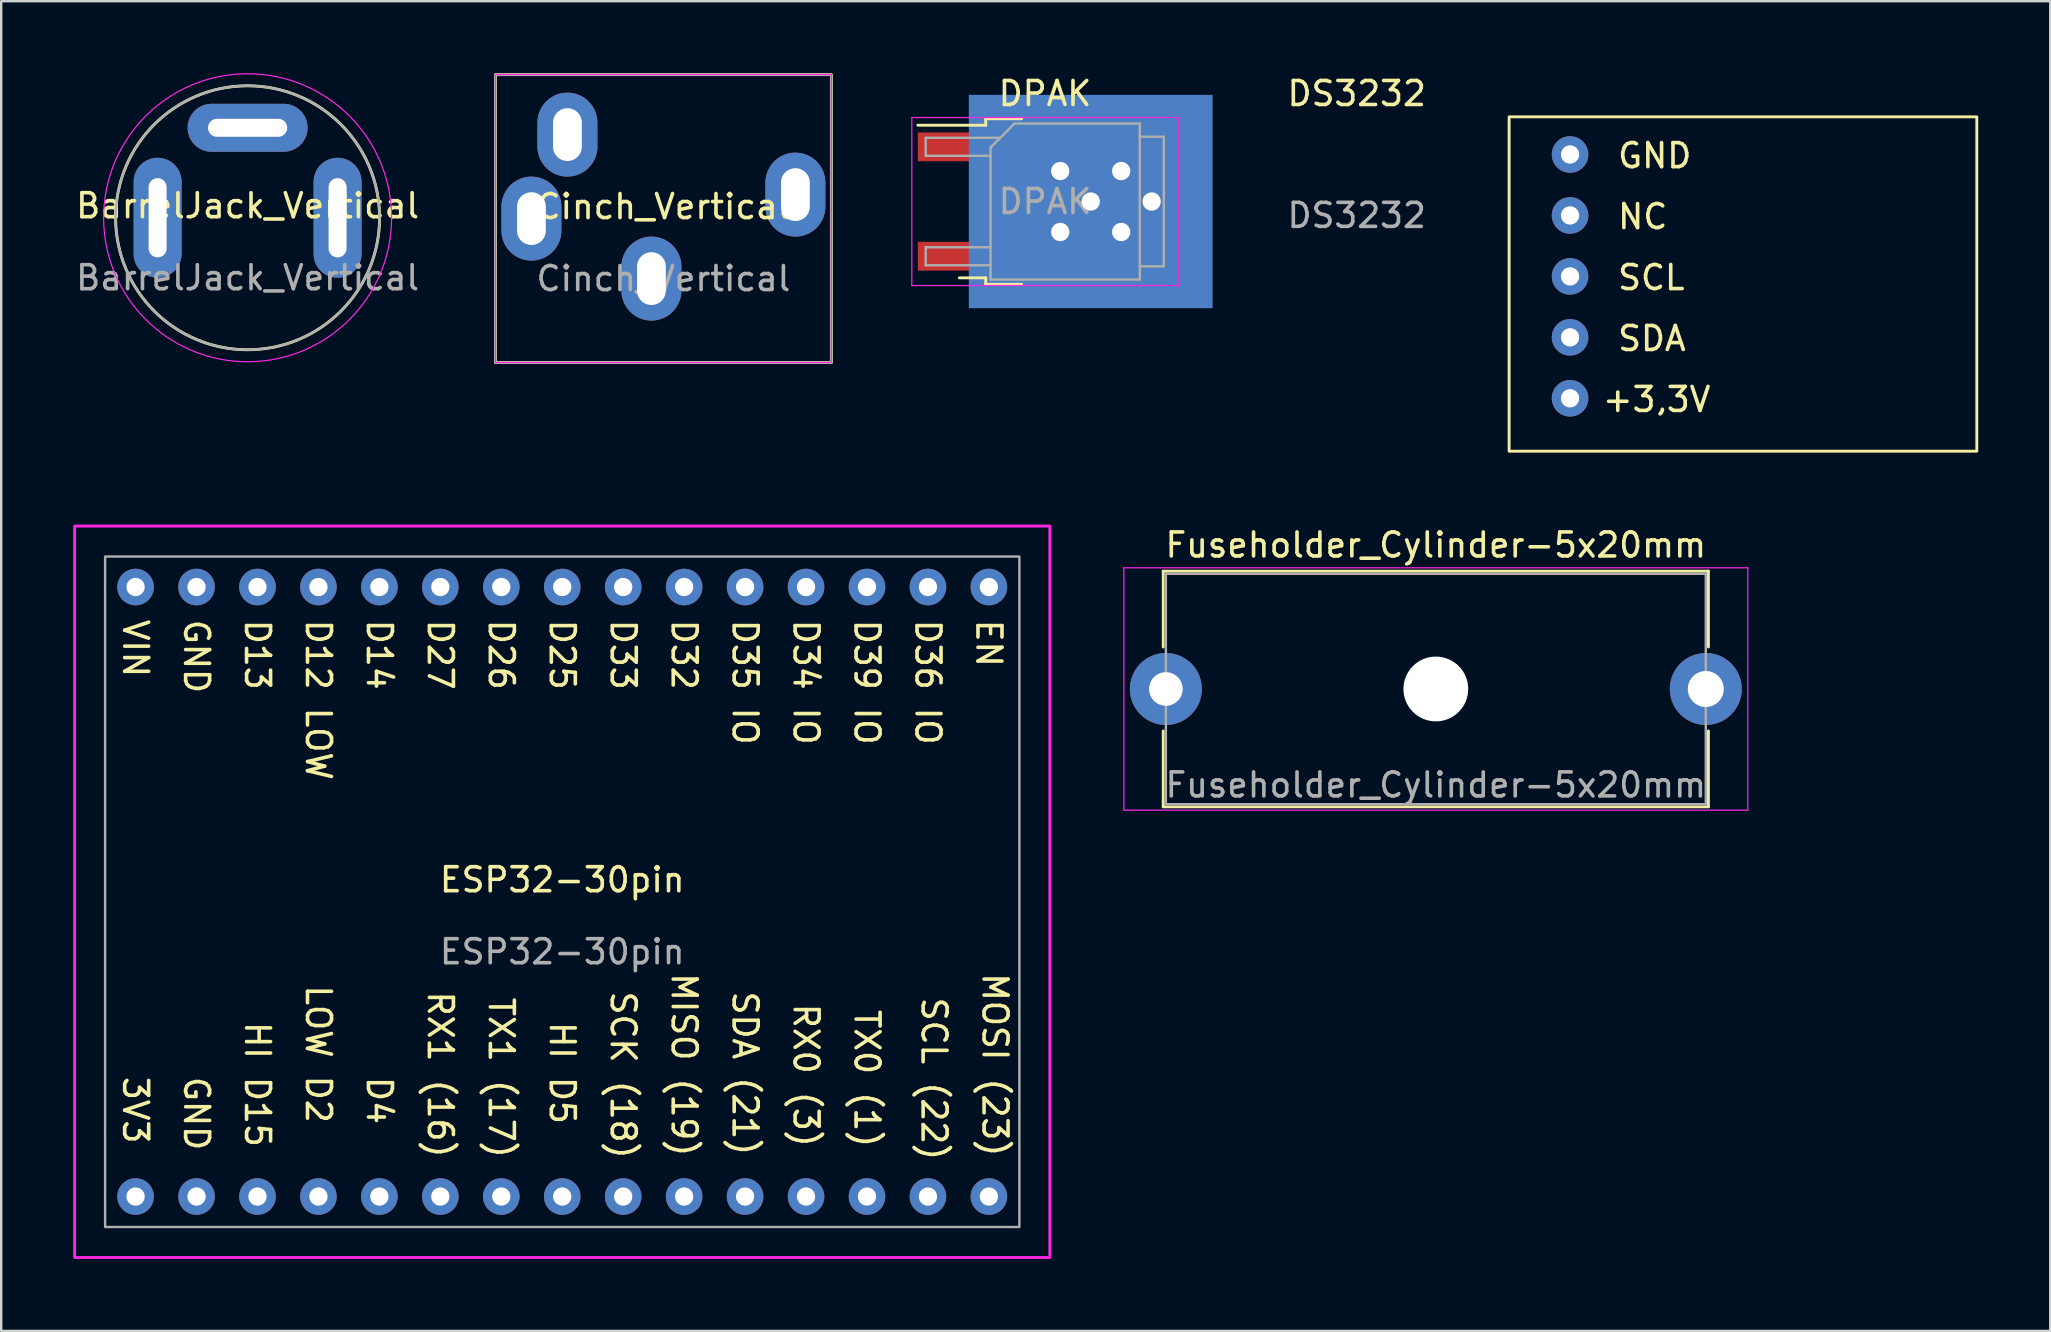
<source format=kicad_pcb>
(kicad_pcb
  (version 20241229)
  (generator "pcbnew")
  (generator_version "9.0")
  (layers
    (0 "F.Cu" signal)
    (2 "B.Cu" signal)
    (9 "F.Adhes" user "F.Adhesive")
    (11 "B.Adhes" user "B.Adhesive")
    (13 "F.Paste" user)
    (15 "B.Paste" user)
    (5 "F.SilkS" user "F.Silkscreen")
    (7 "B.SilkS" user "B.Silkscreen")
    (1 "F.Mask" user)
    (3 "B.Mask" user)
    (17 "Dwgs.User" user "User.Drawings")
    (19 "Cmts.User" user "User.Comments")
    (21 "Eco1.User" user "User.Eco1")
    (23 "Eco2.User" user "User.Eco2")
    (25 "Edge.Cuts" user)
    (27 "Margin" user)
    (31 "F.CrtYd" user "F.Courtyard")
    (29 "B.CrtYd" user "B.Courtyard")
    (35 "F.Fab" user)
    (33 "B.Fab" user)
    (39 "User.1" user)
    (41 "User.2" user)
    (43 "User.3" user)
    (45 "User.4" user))
  (footprint "BarrelJack_Vertical"
    (layer "F.Cu")
    (at 7.268 6.025)
    (property "Reference" "BarrelJack_Vertical" (at 0 -0.5 0) (unlocked yes) (layer "F.SilkS") (effects (font (size 1 1) (thickness 0.15))))
    (attr through_hole)
    (fp_circle (center 0 0) (end 5.5 0) (stroke (width 0.12) (type solid)) (fill no) (layer "F.SilkS"))
    (fp_circle (center 0 0) (end -6 0) (stroke (width 0.05) (type solid)) (fill no) (layer "F.CrtYd"))
    (fp_circle (center 0 0) (end 5.5 0) (stroke (width 0.1) (type solid)) (fill no) (layer "F.Fab"))
    (fp_text user "${REFERENCE}" (at 0 2.5 0) (unlocked yes) (layer "F.Fab") (effects (font (size 1 1) (thickness 0.15))))
    (pad "1" thru_hole oval (at 3.75 0 90) (size 5 2) (drill oval 3.3 0.75) (layers "*.Cu" "*.Mask"))
    (pad "2" thru_hole oval (at 0 -3.75) (size 5 2) (drill oval 3.3 0.75) (layers "*.Cu" "*.Mask"))
    (pad "MP" thru_hole oval (at -3.75 0 90) (size 5 2) (drill oval 3.3 0.75) (layers "*.Cu" "*.Mask"))
    (zone (net_name "") (layer "F.Cu") (hatch edge 0.508) (connect_pads) (min_thickness 0.254) (filled_areas_thickness no) (keepout (tracks not_allowed) (vias not_allowed) (pads not_allowed) (copperpour not_allowed) (footprints allowed)) (placement (enabled no)) (fill) (polygon (pts (xy 9.768 8.525) (xy 4.768 8.525) (xy 4.768 3.525) (xy 9.768 3.525)))))
  (footprint "Cinch_Vertical"
    (layer "F.Cu")
    (at 24.596 6.06)
    (property "Reference" "Cinch_Vertical" (at 0 -0.5 0) (unlocked yes) (layer "F.SilkS") (effects (font (size 1 1) (thickness 0.15))))
    (attr through_hole)
    (fp_rect (start -7 -6) (end 7 6) (stroke (width 0.12) (type solid)) (fill no) (layer "F.SilkS"))
    (fp_rect (start -7 -6) (end 7 6) (stroke (width 0.05) (type solid)) (fill no) (layer "F.CrtYd"))
    (fp_rect (start -7 -6) (end 7 6) (stroke (width 0.1) (type solid)) (fill no) (layer "F.Fab"))
    (fp_text user "${REFERENCE}" (at 0 2.5 0) (unlocked yes) (layer "F.Fab") (effects (font (size 1 1) (thickness 0.15))))
    (pad "1" thru_hole oval (at -5.5 0) (size 2.5 3.5) (drill oval 1.2 2.2) (layers "*.Cu" "*.Mask"))
    (pad "1" thru_hole oval (at 5.5 -1) (size 2.5 3.5) (drill oval 1.2 2.2) (layers "*.Cu" "*.Mask"))
    (pad "2" thru_hole oval (at -4 -3.5) (size 2.5 3.5) (drill oval 1.2 2.2) (layers "*.Cu" "*.Mask"))
    (pad "2" thru_hole oval (at -0.5 2.5) (size 2.5 3.5) (drill oval 1.2 2.2) (layers "*.Cu" "*.Mask")))
  (footprint "ESP32-30pin"
    (layer "F.Cu")
    (at 20.38 34.113)
    (property "Reference" "ESP32-30pin" (at 0 -0.5 0) (unlocked yes) (layer "F.SilkS") (effects (font (size 1 1) (thickness 0.15))))
    (attr through_hole)
    (fp_rect (start -20.32 -15.24) (end 20.32 15.24) (stroke (width 0.12) (type solid)) (fill no) (layer "F.CrtYd"))
    (fp_rect (start -19.05 -13.97) (end 19.05 13.97) (stroke (width 0.1) (type solid)) (fill no) (layer "F.Fab"))
    (fp_text user "D26" (at -2.54 -11.43 270) (unlocked yes) (layer "F.SilkS") (effects (font (size 1 1) (thickness 0.15)) (justify left)))
    (fp_text user "D35 IO" (at 7.62 -11.43 270) (unlocked yes) (layer "F.SilkS") (effects (font (size 1 1) (thickness 0.15)) (justify left)))
    (fp_text user "D12 LOW" (at -10.16 -11.43 270) (unlocked yes) (layer "F.SilkS") (effects (font (size 1 1) (thickness 0.15)) (justify left)))
    (fp_text user "VIN" (at -17.78 -11.43 270) (unlocked yes) (layer "F.SilkS") (effects (font (size 1 1) (thickness 0.15)) (justify left)))
    (fp_text user "D14" (at -7.62 -11.43 270) (unlocked yes) (layer "F.SilkS") (effects (font (size 1 1) (thickness 0.15)) (justify left)))
    (fp_text user "D32" (at 5.08 -11.43 270) (unlocked yes) (layer "F.SilkS") (effects (font (size 1 1) (thickness 0.15)) (justify left)))
    (fp_text user "SCL (22)" (at 15.494 4.318 270) (unlocked yes) (layer "F.SilkS") (effects (font (size 1 1) (thickness 0.15)) (justify left)))
    (fp_text user "D33" (at 2.54 -11.43 270) (unlocked yes) (layer "F.SilkS") (effects (font (size 1 1) (thickness 0.15)) (justify left)))
    (fp_text user "GND" (at -15.24 -11.43 270) (unlocked yes) (layer "F.SilkS") (effects (font (size 1 1) (thickness 0.15)) (justify left)))
    (fp_text user "D34 IO" (at 10.16 -11.43 270) (unlocked yes) (layer "F.SilkS") (effects (font (size 1 1) (thickness 0.15)) (justify left)))
    (fp_text user "RX0 (3)" (at 10.16 4.572 270) (unlocked yes) (layer "F.SilkS") (effects (font (size 1 1) (thickness 0.15)) (justify left)))
    (fp_text user "TX0 (1)" (at 12.7 4.826 270) (unlocked yes) (layer "F.SilkS") (effects (font (size 1 1) (thickness 0.15)) (justify left)))
    (fp_text user "D13" (at -12.7 -11.43 270) (unlocked yes) (layer "F.SilkS") (effects (font (size 1 1) (thickness 0.15)) (justify left)))
    (fp_text user "TX1 (17)" (at -2.54 4.318 270) (unlocked yes) (layer "F.SilkS") (effects (font (size 1 1) (thickness 0.15)) (justify left)))
    (fp_text user "HI D5" (at 0 5.334 270) (unlocked yes) (layer "F.SilkS") (effects (font (size 1 1) (thickness 0.15)) (justify left)))
    (fp_text user "3V3" (at -17.78 7.62 270) (unlocked yes) (layer "F.SilkS") (effects (font (size 1 1) (thickness 0.15)) (justify left)))
    (fp_text user "LOW D2" (at -10.16 3.81 270) (unlocked yes) (layer "F.SilkS") (effects (font (size 1 1) (thickness 0.15)) (justify left)))
    (fp_text user "D4" (at -7.62 7.62 270) (unlocked yes) (layer "F.SilkS") (effects (font (size 1 1) (thickness 0.15)) (justify left)))
    (fp_text user "MOSI (23)" (at 18.034 3.302 270) (unlocked yes) (layer "F.SilkS") (effects (font (size 1 1) (thickness 0.15)) (justify left)))
    (fp_text user "HI D15" (at -12.7 5.334 270) (unlocked yes) (layer "F.SilkS") (effects (font (size 1 1) (thickness 0.15)) (justify left)))
    (fp_text user "D27" (at -5.08 -11.43 270) (unlocked yes) (layer "F.SilkS") (effects (font (size 1 1) (thickness 0.15)) (justify left)))
    (fp_text user "GND" (at -15.24 7.62 270) (unlocked yes) (layer "F.SilkS") (effects (font (size 1 1) (thickness 0.15)) (justify left)))
    (fp_text user "MISO (19)" (at 5.08 3.302 270) (unlocked yes) (layer "F.SilkS") (effects (font (size 1 1) (thickness 0.15)) (justify left)))
    (fp_text user "SCK (18)" (at 2.54 4.064 270) (unlocked yes) (layer "F.SilkS") (effects (font (size 1 1) (thickness 0.15)) (justify left)))
    (fp_text user "D39 IO" (at 12.7 -11.43 270) (unlocked yes) (layer "F.SilkS") (effects (font (size 1 1) (thickness 0.15)) (justify left)))
    (fp_text user "RX1 (16)" (at -5.08 4.064 270) (unlocked yes) (layer "F.SilkS") (effects (font (size 1 1) (thickness 0.15)) (justify left)))
    (fp_text user "EN" (at 17.78 -11.43 270) (unlocked yes) (layer "F.SilkS") (effects (font (size 1 1) (thickness 0.15)) (justify left)))
    (fp_text user "SDA (21)" (at 7.62 4.064 270) (unlocked yes) (layer "F.SilkS") (effects (font (size 1 1) (thickness 0.15)) (justify left)))
    (fp_text user "D36 IO" (at 15.24 -11.43 270) (unlocked yes) (layer "F.SilkS") (effects (font (size 1 1) (thickness 0.15)) (justify left)))
    (fp_text user "D25" (at 0 -11.43 270) (unlocked yes) (layer "F.SilkS") (effects (font (size 1 1) (thickness 0.15)) (justify left)))
    (fp_text user "${REFERENCE}" (at 0 2.5 0) (unlocked yes) (layer "F.Fab") (effects (font (size 1 1) (thickness 0.15))))
    (pad "1" thru_hole circle (at -17.78 -12.7) (size 1.524 1.524) (drill 0.762) (layers "*.Cu" "*.Mask"))
    (pad "2" thru_hole circle (at -15.24 -12.7) (size 1.524 1.524) (drill 0.762) (layers "*.Cu" "*.Mask"))
    (pad "3" thru_hole circle (at -12.7 -12.7) (size 1.524 1.524) (drill 0.762) (layers "*.Cu" "*.Mask"))
    (pad "4" thru_hole circle (at -10.16 -12.7) (size 1.524 1.524) (drill 0.762) (layers "*.Cu" "*.Mask"))
    (pad "5" thru_hole circle (at -7.62 -12.7) (size 1.524 1.524) (drill 0.762) (layers "*.Cu" "*.Mask"))
    (pad "6" thru_hole circle (at -5.08 -12.7) (size 1.524 1.524) (drill 0.762) (layers "*.Cu" "*.Mask"))
    (pad "7" thru_hole circle (at -2.54 -12.7) (size 1.524 1.524) (drill 0.762) (layers "*.Cu" "*.Mask"))
    (pad "8" thru_hole circle (at 0 -12.7) (size 1.524 1.524) (drill 0.762) (layers "*.Cu" "*.Mask"))
    (pad "9" thru_hole circle (at 2.54 -12.7) (size 1.524 1.524) (drill 0.762) (layers "*.Cu" "*.Mask"))
    (pad "10" thru_hole circle (at 5.08 -12.7) (size 1.524 1.524) (drill 0.762) (layers "*.Cu" "*.Mask"))
    (pad "11" thru_hole circle (at 7.62 -12.7) (size 1.524 1.524) (drill 0.762) (layers "*.Cu" "*.Mask"))
    (pad "12" thru_hole circle (at 10.16 -12.7) (size 1.524 1.524) (drill 0.762) (layers "*.Cu" "*.Mask"))
    (pad "13" thru_hole circle (at 12.7 -12.7) (size 1.524 1.524) (drill 0.762) (layers "*.Cu" "*.Mask"))
    (pad "14" thru_hole circle (at 15.24 -12.7) (size 1.524 1.524) (drill 0.762) (layers "*.Cu" "*.Mask"))
    (pad "15" thru_hole circle (at 17.78 -12.7) (size 1.524 1.524) (drill 0.762) (layers "*.Cu" "*.Mask"))
    (pad "16" thru_hole circle (at -17.78 12.7) (size 1.524 1.524) (drill 0.762) (layers "*.Cu" "*.Mask"))
    (pad "17" thru_hole circle (at -15.24 12.7) (size 1.524 1.524) (drill 0.762) (layers "*.Cu" "*.Mask"))
    (pad "18" thru_hole circle (at -12.7 12.7) (size 1.524 1.524) (drill 0.762) (layers "*.Cu" "*.Mask"))
    (pad "19" thru_hole circle (at -10.16 12.7) (size 1.524 1.524) (drill 0.762) (layers "*.Cu" "*.Mask"))
    (pad "20" thru_hole circle (at -7.62 12.7) (size 1.524 1.524) (drill 0.762) (layers "*.Cu" "*.Mask"))
    (pad "21" thru_hole circle (at -5.08 12.7) (size 1.524 1.524) (drill 0.762) (layers "*.Cu" "*.Mask"))
    (pad "22" thru_hole circle (at -2.54 12.7) (size 1.524 1.524) (drill 0.762) (layers "*.Cu" "*.Mask"))
    (pad "23" thru_hole circle (at 0 12.7) (size 1.524 1.524) (drill 0.762) (layers "*.Cu" "*.Mask"))
    (pad "24" thru_hole circle (at 2.54 12.7) (size 1.524 1.524) (drill 0.762) (layers "*.Cu" "*.Mask"))
    (pad "25" thru_hole circle (at 5.08 12.7) (size 1.524 1.524) (drill 0.762) (layers "*.Cu" "*.Mask"))
    (pad "26" thru_hole circle (at 7.62 12.7) (size 1.524 1.524) (drill 0.762) (layers "*.Cu" "*.Mask"))
    (pad "27" thru_hole circle (at 10.16 12.7) (size 1.524 1.524) (drill 0.762) (layers "*.Cu" "*.Mask"))
    (pad "28" thru_hole circle (at 12.7 12.7) (size 1.524 1.524) (drill 0.762) (layers "*.Cu" "*.Mask"))
    (pad "29" thru_hole circle (at 15.24 12.7) (size 1.524 1.524) (drill 0.762) (layers "*.Cu" "*.Mask"))
    (pad "30" thru_hole circle (at 17.78 12.7) (size 1.524 1.524) (drill 0.762) (layers "*.Cu" "*.Mask")))
  (footprint "DS3232"
    (layer "F.Cu")
    (at 61.109 8.468)
    (property "Reference" "DS3232" (at -7.62 -7.62 0) (unlocked yes) (layer "F.SilkS") (effects (font (size 1 1) (thickness 0.15))))
    (attr through_hole)
    (fp_rect (start -1.27 -6.65) (end 18.22 7.285) (stroke (width 0.12) (type solid)) (fill no) (layer "F.SilkS"))
    (fp_text user "GND" (at 3.175 -4.445 0) (unlocked yes) (layer "F.SilkS") (effects (font (size 1 1) (thickness 0.15)) (justify left bottom)))
    (fp_text user "NC" (at 3.175 -1.905 0) (unlocked yes) (layer "F.SilkS") (effects (font (size 1 1) (thickness 0.15)) (justify left bottom)))
    (fp_text user "+3,3V" (at 2.54 5.715 0) (unlocked yes) (layer "F.SilkS") (effects (font (size 1 1) (thickness 0.15)) (justify left bottom)))
    (fp_text user "SDA" (at 3.175 3.175 0) (unlocked yes) (layer "F.SilkS") (effects (font (size 1 1) (thickness 0.15)) (justify left bottom)))
    (fp_text user "SCL" (at 3.175 0.635 0) (unlocked yes) (layer "F.SilkS") (effects (font (size 1 1) (thickness 0.15)) (justify left bottom)))
    (fp_text user "${REFERENCE}" (at -7.62 -2.54 0) (unlocked yes) (layer "F.Fab") (effects (font (size 1 1) (thickness 0.15))))
    (pad "1" thru_hole circle (at 1.27 5.08) (size 1.524 1.524) (drill 0.762) (layers "*.Cu" "*.Mask"))
    (pad "2" thru_hole circle (at 1.27 2.54) (size 1.524 1.524) (drill 0.762) (layers "*.Cu" "*.Mask"))
    (pad "3" thru_hole circle (at 1.27 0) (size 1.524 1.524) (drill 0.762) (layers "*.Cu" "*.Mask"))
    (pad "4" thru_hole circle (at 1.27 -2.54) (size 1.524 1.524) (drill 0.762) (layers "*.Cu" "*.Mask"))
    (pad "5" thru_hole circle (at 1.27 -5.08) (size 1.524 1.524) (drill 0.762) (layers "*.Cu" "*.Mask")))
  (footprint "DPAK"
    (layer "F.Cu")
    (at 40.498 5.348)
    (property "Reference" "DPAK" (at 0 -4.5 0) (layer "F.SilkS") (effects (font (size 1 1) (thickness 0.15))))
    (attr smd)
    (fp_line (start -2.47 -3.45) (end -2.47 -3.18) (stroke (width 0.12) (type solid)) (layer "F.SilkS"))
    (fp_line (start -2.47 -3.18) (end -5.3 -3.18) (stroke (width 0.12) (type solid)) (layer "F.SilkS"))
    (fp_line (start -2.47 3.18) (end -3.57 3.18) (stroke (width 0.12) (type solid)) (layer "F.SilkS"))
    (fp_line (start -2.47 3.45) (end -2.47 3.18) (stroke (width 0.12) (type solid)) (layer "F.SilkS"))
    (fp_line (start -0.97 -3.45) (end -2.47 -3.45) (stroke (width 0.12) (type solid)) (layer "F.SilkS"))
    (fp_line (start -0.97 3.45) (end -2.47 3.45) (stroke (width 0.12) (type solid)) (layer "F.SilkS"))
    (fp_line (start -5.55 -3.5) (end -5.55 3.5) (stroke (width 0.05) (type solid)) (layer "F.CrtYd"))
    (fp_line (start -5.55 3.5) (end 5.55 3.5) (stroke (width 0.05) (type solid)) (layer "F.CrtYd"))
    (fp_line (start 5.55 -3.5) (end -5.55 -3.5) (stroke (width 0.05) (type solid)) (layer "F.CrtYd"))
    (fp_line (start 5.55 3.5) (end 5.55 -3.5) (stroke (width 0.05) (type solid)) (layer "F.CrtYd"))
    (fp_line (start -4.97 -2.655) (end -4.97 -1.905) (stroke (width 0.1) (type solid)) (layer "F.Fab"))
    (fp_line (start -4.97 -1.905) (end -2.27 -1.905) (stroke (width 0.1) (type solid)) (layer "F.Fab"))
    (fp_line (start -4.97 1.905) (end -4.97 2.655) (stroke (width 0.1) (type solid)) (layer "F.Fab"))
    (fp_line (start -4.97 2.655) (end -2.27 2.655) (stroke (width 0.1) (type solid)) (layer "F.Fab"))
    (fp_line (start -2.27 -2.25) (end -1.27 -3.25) (stroke (width 0.1) (type solid)) (layer "F.Fab"))
    (fp_line (start -2.27 1.905) (end -4.97 1.905) (stroke (width 0.1) (type solid)) (layer "F.Fab"))
    (fp_line (start -2.27 3.25) (end -2.27 -2.25) (stroke (width 0.1) (type solid)) (layer "F.Fab"))
    (fp_line (start -1.865 -2.655) (end -4.97 -2.655) (stroke (width 0.1) (type solid)) (layer "F.Fab"))
    (fp_line (start -1.27 -3.25) (end 3.95 -3.25) (stroke (width 0.1) (type solid)) (layer "F.Fab"))
    (fp_line (start 3.95 -3.25) (end 3.95 3.25) (stroke (width 0.1) (type solid)) (layer "F.Fab"))
    (fp_line (start 3.95 -2.7) (end 4.95 -2.7) (stroke (width 0.1) (type solid)) (layer "F.Fab"))
    (fp_line (start 3.95 3.25) (end -2.27 3.25) (stroke (width 0.1) (type solid)) (layer "F.Fab"))
    (fp_line (start 4.95 -2.7) (end 4.95 2.7) (stroke (width 0.1) (type solid)) (layer "F.Fab"))
    (fp_line (start 4.95 2.7) (end 3.95 2.7) (stroke (width 0.1) (type solid)) (layer "F.Fab"))
    (fp_text user "${REFERENCE}" (at 0 0 0) (layer "F.Fab") (effects (font (size 1 1) (thickness 0.15))))
    (pad "" smd rect (at 0.425 -1.525) (size 3.05 2.75) (layers "F.Paste"))
    (pad "" smd rect (at 0.425 1.525) (size 3.05 2.75) (layers "F.Paste"))
    (pad "" smd rect (at 3.775 -1.525) (size 3.05 2.75) (layers "F.Paste"))
    (pad "" smd rect (at 3.775 1.525) (size 3.05 2.75) (layers "F.Paste"))
    (pad "1" smd rect (at -4.2 -2.28) (size 2.2 1.2) (layers "F.Cu" "F.Mask" "F.Paste"))
    (pad "2" thru_hole circle (at 0.635 -1.27) (size 1.524 1.524) (drill 0.762) (layers "*.Cu" "*.Mask"))
    (pad "2" thru_hole circle (at 0.635 1.27) (size 1.524 1.524) (drill 0.762) (layers "*.Cu" "*.Mask"))
    (pad "2" thru_hole circle (at 1.905 0) (size 1.524 1.524) (drill 0.762) (layers "*.Cu" "*.Mask"))
    (pad "2" smd rect (at 1.905 0) (size 10.16 8.89) (layers "B.Cu" "B.Mask"))
    (pad "2" smd rect (at 2.1 0) (size 6.4 5.8) (layers "F.Cu" "F.Mask"))
    (pad "2" thru_hole circle (at 3.175 -1.27) (size 1.524 1.524) (drill 0.762) (layers "*.Cu" "*.Mask"))
    (pad "2" thru_hole circle (at 3.175 1.27) (size 1.524 1.524) (drill 0.762) (layers "*.Cu" "*.Mask"))
    (pad "2" thru_hole circle (at 4.445 0) (size 1.524 1.524) (drill 0.762) (layers "*.Cu" "*.Mask"))
    (pad "3" smd rect (at -4.2 2.28) (size 2.2 1.2) (layers "F.Cu" "F.Mask" "F.Paste"))
    (zone (net_name "") (layer "F.Cu") (hatch edge 0.508) (connect_pads) (min_thickness 0.254) (filled_areas_thickness no) (keepout (tracks allowed) (vias allowed) (pads allowed) (copperpour not_allowed) (footprints allowed)) (placement (enabled no)) (fill) (polygon (pts (xy 39.228 8.396) (xy 37.704 8.396) (xy 37.704 6.872) (xy 34.656 6.872) (xy 34.656 3.824) (xy 37.704 3.824) (xy 37.704 2.3) (xy 39.228 2.3)))))
  (footprint "Fuseholder_Cylinder-5x20mm"
    (layer "F.Cu")
    (at 45.535 25.662)
    (property "Reference" "Fuseholder_Cylinder-5x20mm" (at 11.25 -6 0) (layer "F.SilkS") (effects (font (size 1 1) (thickness 0.15))))
    (attr through_hole)
    (fp_line (start -0.11 -4.91) (end 22.61 -4.91) (stroke (width 0.12) (type solid)) (layer "F.SilkS"))
    (fp_line (start -0.11 -1.75) (end -0.11 -4.91) (stroke (width 0.12) (type solid)) (layer "F.SilkS"))
    (fp_line (start -0.11 4.91) (end -0.11 1.75) (stroke (width 0.12) (type solid)) (layer "F.SilkS"))
    (fp_line (start -0.11 4.91) (end 22.61 4.91) (stroke (width 0.12) (type solid)) (layer "F.SilkS"))
    (fp_line (start 22.61 -1.75) (end 22.61 -4.91) (stroke (width 0.12) (type solid)) (layer "F.SilkS"))
    (fp_line (start 22.61 4.91) (end 22.61 1.75) (stroke (width 0.12) (type solid)) (layer "F.SilkS"))
    (fp_line (start -1.75 -5.05) (end 24.25 -5.05) (stroke (width 0.05) (type solid)) (layer "F.CrtYd"))
    (fp_line (start -1.75 5.05) (end -1.75 -5.05) (stroke (width 0.05) (type solid)) (layer "F.CrtYd"))
    (fp_line (start 24.25 -5.05) (end 24.25 5.05) (stroke (width 0.05) (type solid)) (layer "F.CrtYd"))
    (fp_line (start 24.25 5.05) (end -1.75 5.05) (stroke (width 0.05) (type solid)) (layer "F.CrtYd"))
    (fp_line (start 0 -4.8) (end 0 4.8) (stroke (width 0.1) (type solid)) (layer "F.Fab"))
    (fp_line (start 0 4.8) (end 22.5 4.8) (stroke (width 0.1) (type solid)) (layer "F.Fab"))
    (fp_line (start 22.5 -4.8) (end 0 -4.8) (stroke (width 0.1) (type solid)) (layer "F.Fab"))
    (fp_line (start 22.5 4.8) (end 22.5 -4.8) (stroke (width 0.1) (type solid)) (layer "F.Fab"))
    (fp_text user "${REFERENCE}" (at 11.25 4 0) (layer "F.Fab") (effects (font (size 1 1) (thickness 0.15))))
    (pad "" np_thru_hole circle (at 11.25 0) (size 2.7 2.7) (drill 2.7) (layers "*.Cu" "*.Mask"))
    (pad "1" thru_hole circle (at 0 0) (size 3 3) (drill 1.4) (layers "*.Cu" "*.Mask"))
    (pad "2" thru_hole circle (at 22.5 0) (size 3 3) (drill 1.5) (layers "*.Cu" "*.Mask")))
  (gr_rect
    (start -3 -3)
    (end 82.389 52.413)
    (stroke (width 0.1) (type default))
    (fill no)
    (layer "Edge.Cuts")))
</source>
